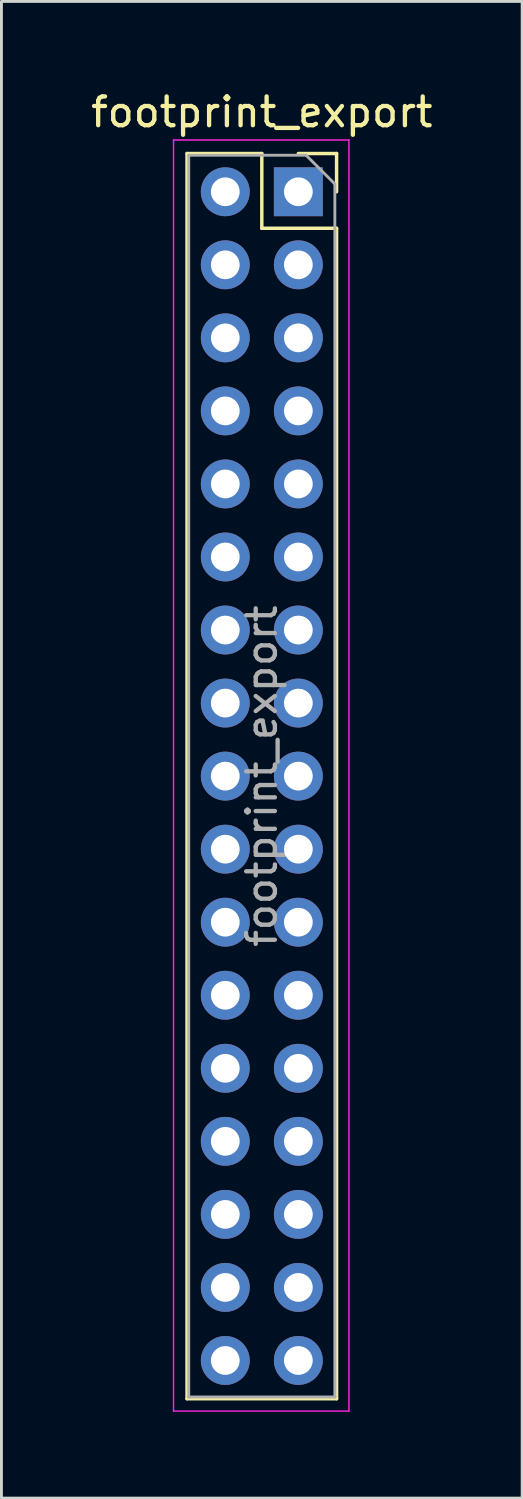
<source format=kicad_pcb>
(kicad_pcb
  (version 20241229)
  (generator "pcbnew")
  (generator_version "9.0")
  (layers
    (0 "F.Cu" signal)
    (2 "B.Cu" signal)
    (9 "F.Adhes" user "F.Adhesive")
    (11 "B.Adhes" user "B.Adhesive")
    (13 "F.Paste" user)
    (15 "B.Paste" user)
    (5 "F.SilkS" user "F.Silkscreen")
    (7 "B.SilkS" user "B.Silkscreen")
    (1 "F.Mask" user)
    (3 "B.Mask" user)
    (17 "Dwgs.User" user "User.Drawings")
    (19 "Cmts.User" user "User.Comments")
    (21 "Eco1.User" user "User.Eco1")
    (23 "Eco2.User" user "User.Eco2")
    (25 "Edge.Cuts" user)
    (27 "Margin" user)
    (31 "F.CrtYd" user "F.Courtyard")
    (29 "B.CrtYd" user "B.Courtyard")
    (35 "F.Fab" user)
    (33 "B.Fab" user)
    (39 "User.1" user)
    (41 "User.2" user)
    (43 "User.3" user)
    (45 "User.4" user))
  (footprint "footprint_export"
    (layer "F.Cu")
    (at 7.324 3.618)
    (property "Reference" "footprint_export" (at -1.27 -2.77 0) (layer "F.SilkS") (effects (font (size 1 1) (thickness 0.15))))
    (attr through_hole)
    (fp_line (start -3.87 -1.33) (end -3.87 41.97) (stroke (width 0.12) (type solid)) (layer "F.SilkS"))
    (fp_line (start -3.87 -1.33) (end -1.27 -1.33) (stroke (width 0.12) (type solid)) (layer "F.SilkS"))
    (fp_line (start -3.87 41.97) (end 1.33 41.97) (stroke (width 0.12) (type solid)) (layer "F.SilkS"))
    (fp_line (start -1.27 -1.33) (end -1.27 1.27) (stroke (width 0.12) (type solid)) (layer "F.SilkS"))
    (fp_line (start -1.27 1.27) (end 1.33 1.27) (stroke (width 0.12) (type solid)) (layer "F.SilkS"))
    (fp_line (start 0 -1.33) (end 1.33 -1.33) (stroke (width 0.12) (type solid)) (layer "F.SilkS"))
    (fp_line (start 1.33 -1.33) (end 1.33 0) (stroke (width 0.12) (type solid)) (layer "F.SilkS"))
    (fp_line (start 1.33 1.27) (end 1.33 41.97) (stroke (width 0.12) (type solid)) (layer "F.SilkS"))
    (fp_line (start -4.34 -1.8) (end 1.76 -1.8) (stroke (width 0.05) (type solid)) (layer "F.CrtYd"))
    (fp_line (start -4.34 42.4) (end -4.34 -1.8) (stroke (width 0.05) (type solid)) (layer "F.CrtYd"))
    (fp_line (start 1.76 -1.8) (end 1.76 42.4) (stroke (width 0.05) (type solid)) (layer "F.CrtYd"))
    (fp_line (start 1.76 42.4) (end -4.34 42.4) (stroke (width 0.05) (type solid)) (layer "F.CrtYd"))
    (fp_line (start -3.81 -1.27) (end 0.27 -1.27) (stroke (width 0.1) (type solid)) (layer "F.Fab"))
    (fp_line (start -3.81 41.91) (end -3.81 -1.27) (stroke (width 0.1) (type solid)) (layer "F.Fab"))
    (fp_line (start 0.27 -1.27) (end 1.27 -0.27) (stroke (width 0.1) (type solid)) (layer "F.Fab"))
    (fp_line (start 1.27 -0.27) (end 1.27 41.91) (stroke (width 0.1) (type solid)) (layer "F.Fab"))
    (fp_line (start 1.27 41.91) (end -3.81 41.91) (stroke (width 0.1) (type solid)) (layer "F.Fab"))
    (fp_text user "${REFERENCE}" (at -1.27 20.32 90) (layer "F.Fab") (effects (font (size 1 1) (thickness 0.15))))
    (pad "1" thru_hole rect (at 0 0) (size 1.7 1.7) (drill 1) (layers "*.Cu" "*.Mask"))
    (pad "2" thru_hole oval (at -2.54 0) (size 1.7 1.7) (drill 1) (layers "*.Cu" "*.Mask"))
    (pad "3" thru_hole oval (at 0 2.54) (size 1.7 1.7) (drill 1) (layers "*.Cu" "*.Mask"))
    (pad "4" thru_hole oval (at -2.54 2.54) (size 1.7 1.7) (drill 1) (layers "*.Cu" "*.Mask"))
    (pad "5" thru_hole oval (at 0 5.08) (size 1.7 1.7) (drill 1) (layers "*.Cu" "*.Mask"))
    (pad "6" thru_hole oval (at -2.54 5.08) (size 1.7 1.7) (drill 1) (layers "*.Cu" "*.Mask"))
    (pad "7" thru_hole oval (at 0 7.62) (size 1.7 1.7) (drill 1) (layers "*.Cu" "*.Mask"))
    (pad "8" thru_hole oval (at -2.54 7.62) (size 1.7 1.7) (drill 1) (layers "*.Cu" "*.Mask"))
    (pad "9" thru_hole oval (at 0 10.16) (size 1.7 1.7) (drill 1) (layers "*.Cu" "*.Mask"))
    (pad "10" thru_hole oval (at -2.54 10.16) (size 1.7 1.7) (drill 1) (layers "*.Cu" "*.Mask"))
    (pad "11" thru_hole oval (at 0 12.7) (size 1.7 1.7) (drill 1) (layers "*.Cu" "*.Mask"))
    (pad "12" thru_hole oval (at -2.54 12.7) (size 1.7 1.7) (drill 1) (layers "*.Cu" "*.Mask"))
    (pad "13" thru_hole oval (at 0 15.24) (size 1.7 1.7) (drill 1) (layers "*.Cu" "*.Mask"))
    (pad "14" thru_hole oval (at -2.54 15.24) (size 1.7 1.7) (drill 1) (layers "*.Cu" "*.Mask"))
    (pad "15" thru_hole oval (at 0 17.78) (size 1.7 1.7) (drill 1) (layers "*.Cu" "*.Mask"))
    (pad "16" thru_hole oval (at -2.54 17.78) (size 1.7 1.7) (drill 1) (layers "*.Cu" "*.Mask"))
    (pad "17" thru_hole oval (at 0 20.32) (size 1.7 1.7) (drill 1) (layers "*.Cu" "*.Mask"))
    (pad "18" thru_hole oval (at -2.54 20.32) (size 1.7 1.7) (drill 1) (layers "*.Cu" "*.Mask"))
    (pad "19" thru_hole oval (at 0 22.86) (size 1.7 1.7) (drill 1) (layers "*.Cu" "*.Mask"))
    (pad "20" thru_hole oval (at -2.54 22.86) (size 1.7 1.7) (drill 1) (layers "*.Cu" "*.Mask"))
    (pad "21" thru_hole oval (at 0 25.4) (size 1.7 1.7) (drill 1) (layers "*.Cu" "*.Mask"))
    (pad "22" thru_hole oval (at -2.54 25.4) (size 1.7 1.7) (drill 1) (layers "*.Cu" "*.Mask"))
    (pad "23" thru_hole oval (at 0 27.94) (size 1.7 1.7) (drill 1) (layers "*.Cu" "*.Mask"))
    (pad "24" thru_hole oval (at -2.54 27.94) (size 1.7 1.7) (drill 1) (layers "*.Cu" "*.Mask"))
    (pad "25" thru_hole oval (at 0 30.48) (size 1.7 1.7) (drill 1) (layers "*.Cu" "*.Mask"))
    (pad "26" thru_hole oval (at -2.54 30.48) (size 1.7 1.7) (drill 1) (layers "*.Cu" "*.Mask"))
    (pad "27" thru_hole oval (at 0 33.02) (size 1.7 1.7) (drill 1) (layers "*.Cu" "*.Mask"))
    (pad "28" thru_hole oval (at -2.54 33.02) (size 1.7 1.7) (drill 1) (layers "*.Cu" "*.Mask"))
    (pad "29" thru_hole oval (at 0 35.56) (size 1.7 1.7) (drill 1) (layers "*.Cu" "*.Mask"))
    (pad "30" thru_hole oval (at -2.54 35.56) (size 1.7 1.7) (drill 1) (layers "*.Cu" "*.Mask"))
    (pad "31" thru_hole oval (at 0 38.1) (size 1.7 1.7) (drill 1) (layers "*.Cu" "*.Mask"))
    (pad "32" thru_hole oval (at -2.54 38.1) (size 1.7 1.7) (drill 1) (layers "*.Cu" "*.Mask"))
    (pad "33" thru_hole oval (at 0 40.64) (size 1.7 1.7) (drill 1) (layers "*.Cu" "*.Mask"))
    (pad "34" thru_hole oval (at -2.54 40.64) (size 1.7 1.7) (drill 1) (layers "*.Cu" "*.Mask")))
  (gr_rect
    (start -3 -3)
    (end 15.107 49.043)
    (stroke (width 0.1) (type default))
    (fill no)
    (layer "Edge.Cuts")))
</source>
